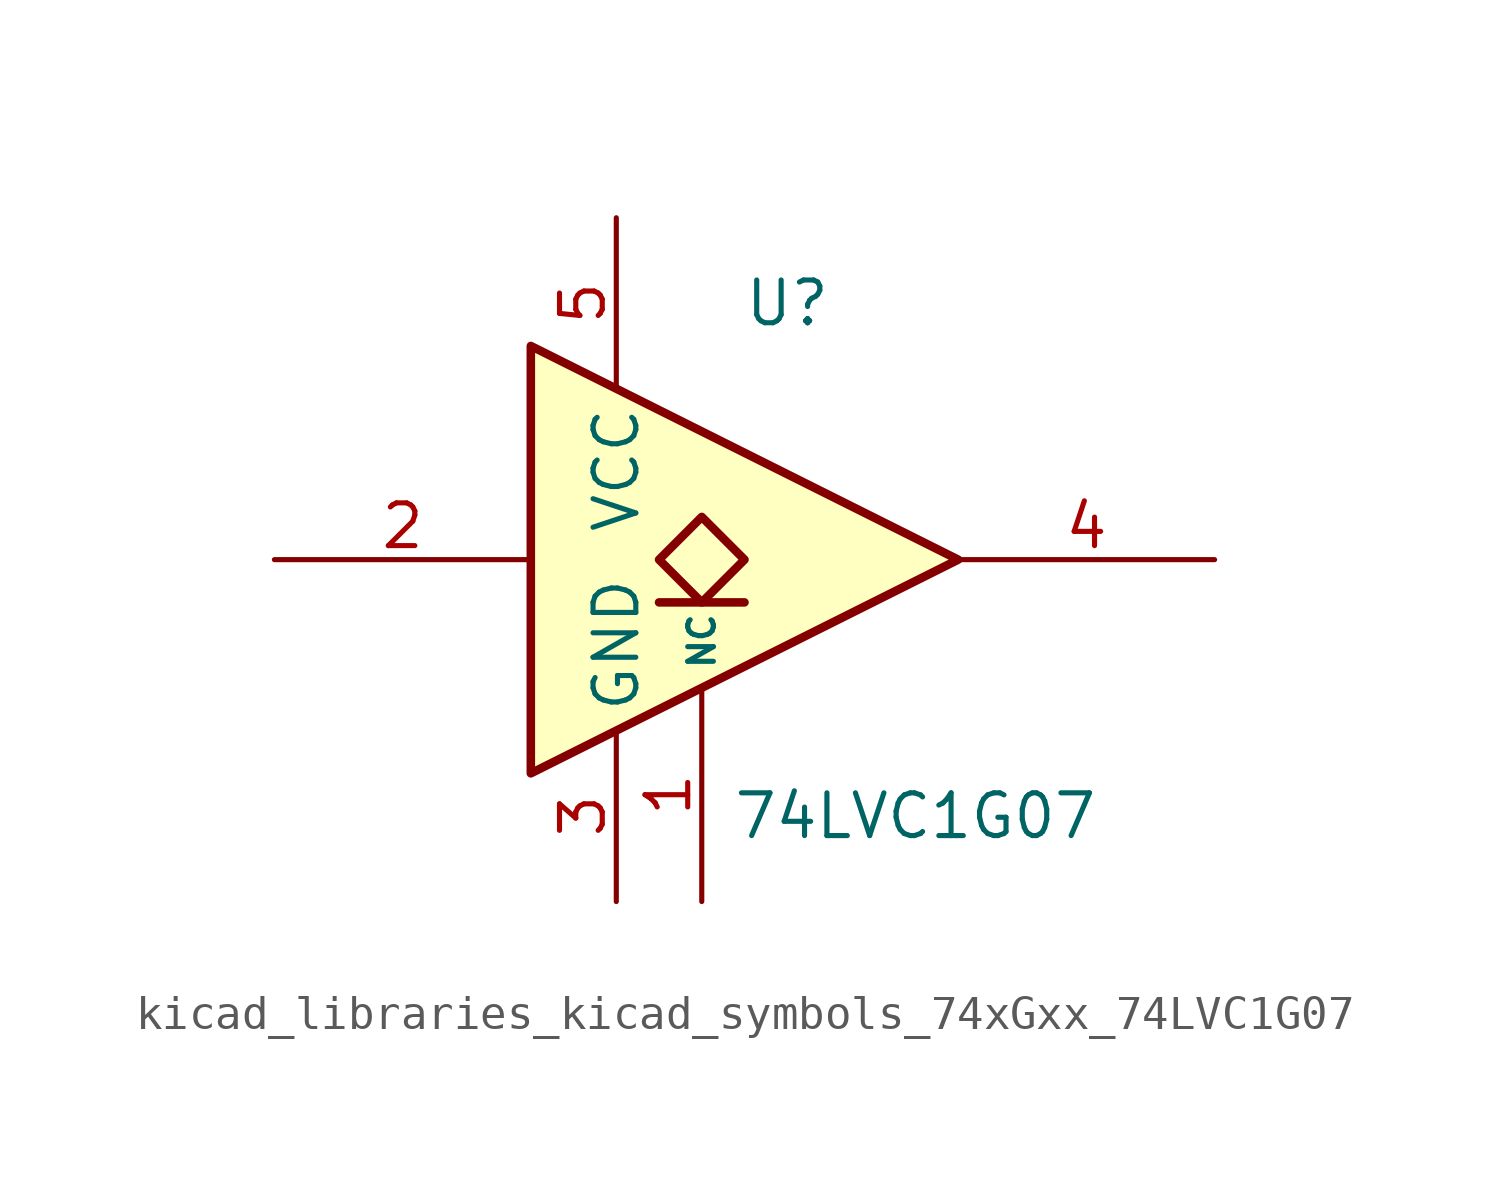
<source format=kicad_sym>
(kicad_symbol_lib
  (version 20220914)
  (generator kicad_symbol_editor)
  (symbol "kicad_libraries_kicad_symbols_74xGxx_74LVC1G07"
    (property "Reference" "U"
      (at 0 7.62 0)
      (effects (font (size 1.27 1.27))))
    (property "Value" "74LVC1G07"
      (at 3.81 -7.62 0)
      (effects (font (size 1.27 1.27))))
    (symbol "kicad_libraries_kicad_symbols_74xGxx_74LVC1G07_0_1"
      (polyline (pts (xy -3.81 -1.27) (xy -1.27 -1.27)) (stroke (width 0.254) (type default)) (fill (type background)))
      (polyline (pts (xy -7.62 6.35) (xy -7.62 -6.35) (xy 5.08 0) (xy -7.62 6.35)) (stroke (width 0.254) (type default)) (fill (type background)))
      (polyline (pts (xy -2.54 1.27) (xy -3.81 0) (xy -2.54 -1.27) (xy -1.27 0) (xy -2.54 1.27)) (stroke (width 0.254) (type default)) (fill (type background))))
    (symbol "kicad_libraries_kicad_symbols_74xGxx_74LVC1G07_1_1"
      (pin free line (at -2.54 -10.16 90) (length 6.35) (name "NC" (effects (font (size 0.762 0.762)))) (number "1" (effects (font (size 1.27 1.27)))))
      (pin input line (at -15.24 0 0) (length 7.62) (name "~" (effects (font (size 1.27 1.27)))) (number "2" (effects (font (size 1.27 1.27)))))
      (pin power_in line (at -5.08 -10.16 90) (length 5.08) (name "GND" (effects (font (size 1.27 1.27)))) (number "3" (effects (font (size 1.27 1.27)))))
      (pin open_collector line (at 12.7 0 180) (length 7.62) (name "~" (effects (font (size 1.27 1.27)))) (number "4" (effects (font (size 1.27 1.27)))))
      (pin power_in line (at -5.08 10.16 270) (length 5.08) (name "VCC" (effects (font (size 1.27 1.27)))) (number "5" (effects (font (size 1.27 1.27))))))))
</source>
